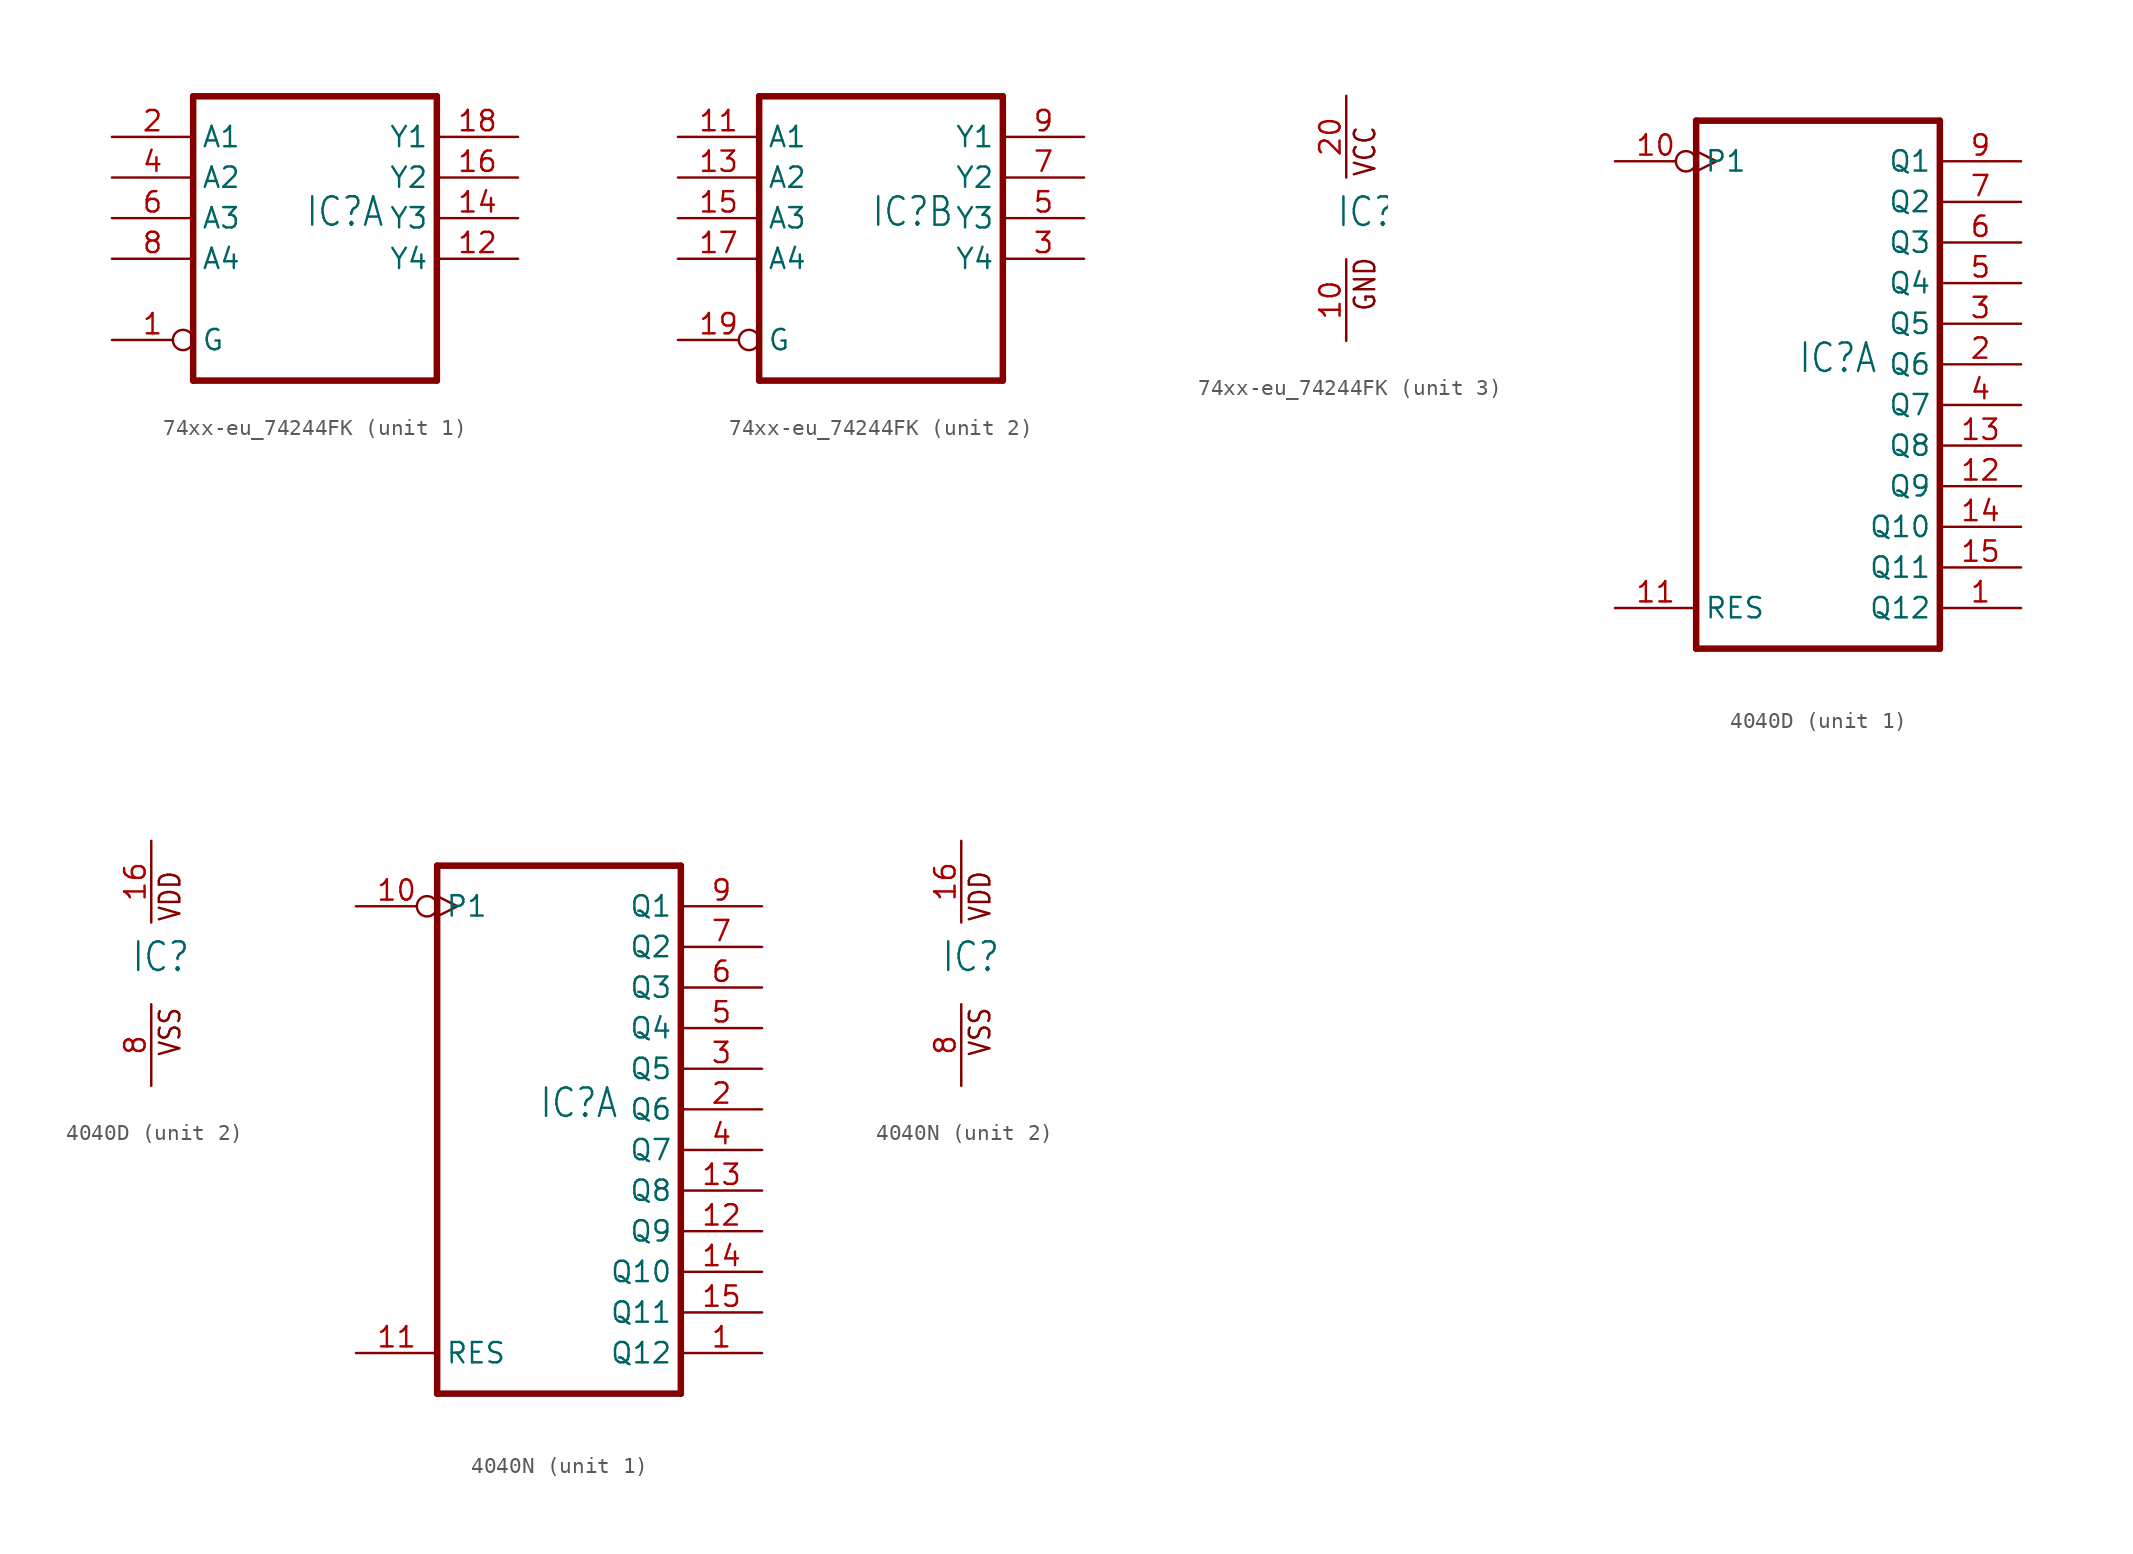
<source format=kicad_sym>
(kicad_symbol_lib
  (version 20220914)
  (generator kicad_symbol_editor)
  (symbol "74xx-eu_74244FK"
    (property "Reference" "IC"
      (at -0.635 -0.635 0)
      (effects (font (size 1.778 1.511)) (justify left bottom)))
    (property "ki_locked" ""
      (at 0 0 0)
      (effects (font (size 1.27 1.27))))
    (symbol "74xx-eu_74244FK_1_0"
      (polyline (pts (xy -7.62 -10.16) (xy 7.62 -10.16)) (stroke (width 0.406) (type solid)) (fill (type none)))
      (polyline (pts (xy -7.62 7.62) (xy -7.62 -10.16)) (stroke (width 0.406) (type solid)) (fill (type none)))
      (polyline (pts (xy 7.62 -10.16) (xy 7.62 7.62)) (stroke (width 0.406) (type solid)) (fill (type none)))
      (polyline (pts (xy 7.62 7.62) (xy -7.62 7.62)) (stroke (width 0.406) (type solid)) (fill (type none)))
      (pin input inverted (at -12.7 -7.62 0) (length 5.08) (name "G" (effects (font (size 1.27 1.27)))) (number "1" (effects (font (size 1.27 1.27)))))
      (pin tri_state line (at 12.7 -2.54 180) (length 5.08) (name "Y4" (effects (font (size 1.27 1.27)))) (number "12" (effects (font (size 1.27 1.27)))))
      (pin tri_state line (at 12.7 0 180) (length 5.08) (name "Y3" (effects (font (size 1.27 1.27)))) (number "14" (effects (font (size 1.27 1.27)))))
      (pin tri_state line (at 12.7 2.54 180) (length 5.08) (name "Y2" (effects (font (size 1.27 1.27)))) (number "16" (effects (font (size 1.27 1.27)))))
      (pin tri_state line (at 12.7 5.08 180) (length 5.08) (name "Y1" (effects (font (size 1.27 1.27)))) (number "18" (effects (font (size 1.27 1.27)))))
      (pin input line (at -12.7 5.08 0) (length 5.08) (name "A1" (effects (font (size 1.27 1.27)))) (number "2" (effects (font (size 1.27 1.27)))))
      (pin input line (at -12.7 2.54 0) (length 5.08) (name "A2" (effects (font (size 1.27 1.27)))) (number "4" (effects (font (size 1.27 1.27)))))
      (pin input line (at -12.7 0 0) (length 5.08) (name "A3" (effects (font (size 1.27 1.27)))) (number "6" (effects (font (size 1.27 1.27)))))
      (pin input line (at -12.7 -2.54 0) (length 5.08) (name "A4" (effects (font (size 1.27 1.27)))) (number "8" (effects (font (size 1.27 1.27))))))
    (symbol "74xx-eu_74244FK_2_0"
      (polyline (pts (xy -7.62 -10.16) (xy 7.62 -10.16)) (stroke (width 0.406) (type solid)) (fill (type none)))
      (polyline (pts (xy -7.62 7.62) (xy -7.62 -10.16)) (stroke (width 0.406) (type solid)) (fill (type none)))
      (polyline (pts (xy 7.62 -10.16) (xy 7.62 7.62)) (stroke (width 0.406) (type solid)) (fill (type none)))
      (polyline (pts (xy 7.62 7.62) (xy -7.62 7.62)) (stroke (width 0.406) (type solid)) (fill (type none)))
      (pin input line (at -12.7 5.08 0) (length 5.08) (name "A1" (effects (font (size 1.27 1.27)))) (number "11" (effects (font (size 1.27 1.27)))))
      (pin input line (at -12.7 2.54 0) (length 5.08) (name "A2" (effects (font (size 1.27 1.27)))) (number "13" (effects (font (size 1.27 1.27)))))
      (pin input line (at -12.7 0 0) (length 5.08) (name "A3" (effects (font (size 1.27 1.27)))) (number "15" (effects (font (size 1.27 1.27)))))
      (pin input line (at -12.7 -2.54 0) (length 5.08) (name "A4" (effects (font (size 1.27 1.27)))) (number "17" (effects (font (size 1.27 1.27)))))
      (pin input inverted (at -12.7 -7.62 0) (length 5.08) (name "G" (effects (font (size 1.27 1.27)))) (number "19" (effects (font (size 1.27 1.27)))))
      (pin tri_state line (at 12.7 -2.54 180) (length 5.08) (name "Y4" (effects (font (size 1.27 1.27)))) (number "3" (effects (font (size 1.27 1.27)))))
      (pin tri_state line (at 12.7 0 180) (length 5.08) (name "Y3" (effects (font (size 1.27 1.27)))) (number "5" (effects (font (size 1.27 1.27)))))
      (pin tri_state line (at 12.7 2.54 180) (length 5.08) (name "Y2" (effects (font (size 1.27 1.27)))) (number "7" (effects (font (size 1.27 1.27)))))
      (pin tri_state line (at 12.7 5.08 180) (length 5.08) (name "Y1" (effects (font (size 1.27 1.27)))) (number "9" (effects (font (size 1.27 1.27))))))
    (symbol "74xx-eu_74244FK_3_0"
      (text "GND" (at 1.905 -5.842 900) (effects (font (size 1.27 1.079)) (justify left bottom)))
      (text "VCC" (at 1.905 2.54 900) (effects (font (size 1.27 1.079)) (justify left bottom)))
      (pin power_in line (at 0 -7.62 90) (length 5.08) (name "GND" (effects (font (size 0 0)))) (number "10" (effects (font (size 1.27 1.27)))))
      (pin power_in line (at 0 7.62 270) (length 5.08) (name "VCC" (effects (font (size 0 0)))) (number "20" (effects (font (size 1.27 1.27)))))))
  (symbol "4040D"
    (property "Reference" "IC"
      (at -1.27 -0.635 0)
      (effects (font (size 1.778 1.511)) (justify left bottom)))
    (property "ki_locked" ""
      (at 0 0 0)
      (effects (font (size 1.27 1.27))))
    (symbol "4040D_1_0"
      (polyline (pts (xy -7.62 -17.78) (xy 7.62 -17.78)) (stroke (width 0.406) (type solid)) (fill (type none)))
      (polyline (pts (xy -7.62 15.24) (xy -7.62 -17.78)) (stroke (width 0.406) (type solid)) (fill (type none)))
      (polyline (pts (xy 7.62 -17.78) (xy 7.62 15.24)) (stroke (width 0.406) (type solid)) (fill (type none)))
      (polyline (pts (xy 7.62 15.24) (xy -7.62 15.24)) (stroke (width 0.406) (type solid)) (fill (type none)))
      (pin output line (at 12.7 -15.24 180) (length 5.08) (name "Q12" (effects (font (size 1.27 1.27)))) (number "1" (effects (font (size 1.27 1.27)))))
      (pin input inverted_clock (at -12.7 12.7 0) (length 5.08) (name "P1" (effects (font (size 1.27 1.27)))) (number "10" (effects (font (size 1.27 1.27)))))
      (pin input line (at -12.7 -15.24 0) (length 5.08) (name "RES" (effects (font (size 1.27 1.27)))) (number "11" (effects (font (size 1.27 1.27)))))
      (pin output line (at 12.7 -7.62 180) (length 5.08) (name "Q9" (effects (font (size 1.27 1.27)))) (number "12" (effects (font (size 1.27 1.27)))))
      (pin output line (at 12.7 -5.08 180) (length 5.08) (name "Q8" (effects (font (size 1.27 1.27)))) (number "13" (effects (font (size 1.27 1.27)))))
      (pin output line (at 12.7 -10.16 180) (length 5.08) (name "Q10" (effects (font (size 1.27 1.27)))) (number "14" (effects (font (size 1.27 1.27)))))
      (pin output line (at 12.7 -12.7 180) (length 5.08) (name "Q11" (effects (font (size 1.27 1.27)))) (number "15" (effects (font (size 1.27 1.27)))))
      (pin output line (at 12.7 0 180) (length 5.08) (name "Q6" (effects (font (size 1.27 1.27)))) (number "2" (effects (font (size 1.27 1.27)))))
      (pin output line (at 12.7 2.54 180) (length 5.08) (name "Q5" (effects (font (size 1.27 1.27)))) (number "3" (effects (font (size 1.27 1.27)))))
      (pin output line (at 12.7 -2.54 180) (length 5.08) (name "Q7" (effects (font (size 1.27 1.27)))) (number "4" (effects (font (size 1.27 1.27)))))
      (pin output line (at 12.7 5.08 180) (length 5.08) (name "Q4" (effects (font (size 1.27 1.27)))) (number "5" (effects (font (size 1.27 1.27)))))
      (pin output line (at 12.7 7.62 180) (length 5.08) (name "Q3" (effects (font (size 1.27 1.27)))) (number "6" (effects (font (size 1.27 1.27)))))
      (pin output line (at 12.7 10.16 180) (length 5.08) (name "Q2" (effects (font (size 1.27 1.27)))) (number "7" (effects (font (size 1.27 1.27)))))
      (pin output line (at 12.7 12.7 180) (length 5.08) (name "Q1" (effects (font (size 1.27 1.27)))) (number "9" (effects (font (size 1.27 1.27))))))
    (symbol "4040D_2_0"
      (text "VDD" (at 1.905 2.54 900) (effects (font (size 1.27 1.079)) (justify left bottom)))
      (text "VSS" (at 1.905 -5.842 900) (effects (font (size 1.27 1.079)) (justify left bottom)))
      (pin power_in line (at 0 7.62 270) (length 5.08) (name "VDD" (effects (font (size 0 0)))) (number "16" (effects (font (size 1.27 1.27)))))
      (pin power_in line (at 0 -7.62 90) (length 5.08) (name "VSS" (effects (font (size 0 0)))) (number "8" (effects (font (size 1.27 1.27)))))))
  (symbol "4040N"
    (property "Reference" "IC"
      (at -1.27 -0.635 0)
      (effects (font (size 1.778 1.511)) (justify left bottom)))
    (property "ki_locked" ""
      (at 0 0 0)
      (effects (font (size 1.27 1.27))))
    (symbol "4040N_1_0"
      (polyline (pts (xy -7.62 -17.78) (xy 7.62 -17.78)) (stroke (width 0.406) (type solid)) (fill (type none)))
      (polyline (pts (xy -7.62 15.24) (xy -7.62 -17.78)) (stroke (width 0.406) (type solid)) (fill (type none)))
      (polyline (pts (xy 7.62 -17.78) (xy 7.62 15.24)) (stroke (width 0.406) (type solid)) (fill (type none)))
      (polyline (pts (xy 7.62 15.24) (xy -7.62 15.24)) (stroke (width 0.406) (type solid)) (fill (type none)))
      (pin output line (at 12.7 -15.24 180) (length 5.08) (name "Q12" (effects (font (size 1.27 1.27)))) (number "1" (effects (font (size 1.27 1.27)))))
      (pin input inverted_clock (at -12.7 12.7 0) (length 5.08) (name "P1" (effects (font (size 1.27 1.27)))) (number "10" (effects (font (size 1.27 1.27)))))
      (pin input line (at -12.7 -15.24 0) (length 5.08) (name "RES" (effects (font (size 1.27 1.27)))) (number "11" (effects (font (size 1.27 1.27)))))
      (pin output line (at 12.7 -7.62 180) (length 5.08) (name "Q9" (effects (font (size 1.27 1.27)))) (number "12" (effects (font (size 1.27 1.27)))))
      (pin output line (at 12.7 -5.08 180) (length 5.08) (name "Q8" (effects (font (size 1.27 1.27)))) (number "13" (effects (font (size 1.27 1.27)))))
      (pin output line (at 12.7 -10.16 180) (length 5.08) (name "Q10" (effects (font (size 1.27 1.27)))) (number "14" (effects (font (size 1.27 1.27)))))
      (pin output line (at 12.7 -12.7 180) (length 5.08) (name "Q11" (effects (font (size 1.27 1.27)))) (number "15" (effects (font (size 1.27 1.27)))))
      (pin output line (at 12.7 0 180) (length 5.08) (name "Q6" (effects (font (size 1.27 1.27)))) (number "2" (effects (font (size 1.27 1.27)))))
      (pin output line (at 12.7 2.54 180) (length 5.08) (name "Q5" (effects (font (size 1.27 1.27)))) (number "3" (effects (font (size 1.27 1.27)))))
      (pin output line (at 12.7 -2.54 180) (length 5.08) (name "Q7" (effects (font (size 1.27 1.27)))) (number "4" (effects (font (size 1.27 1.27)))))
      (pin output line (at 12.7 5.08 180) (length 5.08) (name "Q4" (effects (font (size 1.27 1.27)))) (number "5" (effects (font (size 1.27 1.27)))))
      (pin output line (at 12.7 7.62 180) (length 5.08) (name "Q3" (effects (font (size 1.27 1.27)))) (number "6" (effects (font (size 1.27 1.27)))))
      (pin output line (at 12.7 10.16 180) (length 5.08) (name "Q2" (effects (font (size 1.27 1.27)))) (number "7" (effects (font (size 1.27 1.27)))))
      (pin output line (at 12.7 12.7 180) (length 5.08) (name "Q1" (effects (font (size 1.27 1.27)))) (number "9" (effects (font (size 1.27 1.27))))))
    (symbol "4040N_2_0"
      (text "VDD" (at 1.905 2.54 900) (effects (font (size 1.27 1.079)) (justify left bottom)))
      (text "VSS" (at 1.905 -5.842 900) (effects (font (size 1.27 1.079)) (justify left bottom)))
      (pin power_in line (at 0 7.62 270) (length 5.08) (name "VDD" (effects (font (size 0 0)))) (number "16" (effects (font (size 1.27 1.27)))))
      (pin power_in line (at 0 -7.62 90) (length 5.08) (name "VSS" (effects (font (size 0 0)))) (number "8" (effects (font (size 1.27 1.27))))))))
</source>
